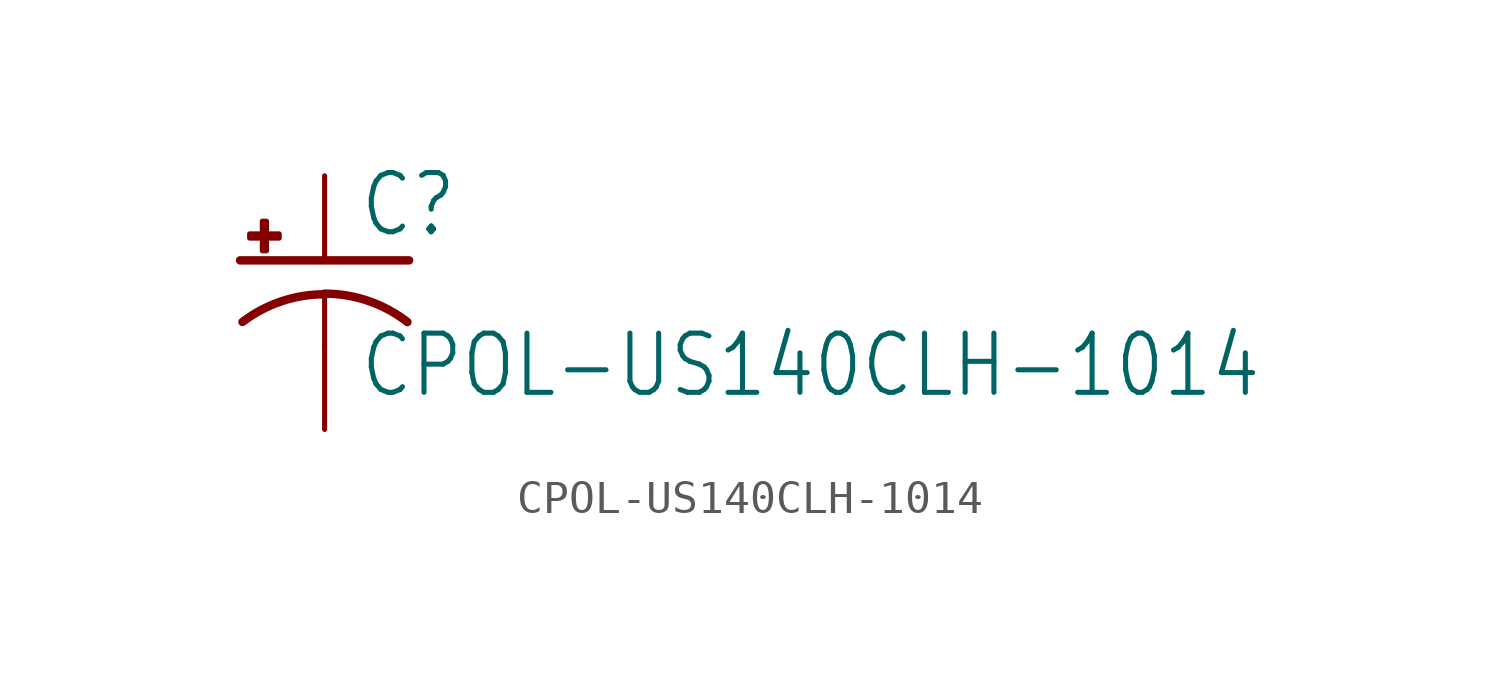
<source format=kicad_sym>
(kicad_symbol_lib
  (version 20211014)
  (generator kicad_symbol_editor)
  (symbol "CPOL-US140CLH-1014"
    (property "Reference" "C"
      (at 1.016 0.635 0)
      (effects (font (size 1.778 1.511)) (justify left bottom)))
    (property "Value" "CPOL-US140CLH-1014"
      (at 1.016 -4.191 0)
      (effects (font (size 1.778 1.511)) (justify left bottom)))
    (property "ki_locked" ""
      (at 0 0 0)
      (effects (font (size 1.27 1.27))))
    (symbol "CPOL-US140CLH-1014_1_0"
      (rectangle (start -2.253 0.668) (end -1.364 0.795) (stroke (width 0) (type default) (color 0 0 0 0)) (fill (type outline)))
      (rectangle (start -1.872 0.287) (end -1.745 1.176) (stroke (width 0) (type default) (color 0 0 0 0)) (fill (type outline)))
      (arc (start 0 -1.0161) (mid -1.3021 -1.2302) (end -2.4669 -1.8504) (stroke (width 0.254) (type default) (color 0 0 0 0)) (fill (type none)))
      (polyline (pts (xy -2.54 0) (xy 2.54 0)) (stroke (width 0.254) (type default) (color 0 0 0 0)) (fill (type none)))
      (polyline (pts (xy 0 -1.016) (xy 0 -2.54)) (stroke (width 0.152) (type default) (color 0 0 0 0)) (fill (type none)))
      (arc (start 2.4892 -1.8542) (mid 1.3158 -1.2195) (end 0 -1) (stroke (width 0.254) (type default) (color 0 0 0 0)) (fill (type none)))
      (pin passive line (at 0 2.54 270) (length 2.54) (name "+" (effects (font (size 0 0)))) (number "+" (effects (font (size 0 0)))))
      (pin passive line (at 0 -5.08 90) (length 2.54) (name "-" (effects (font (size 0 0)))) (number "-" (effects (font (size 0 0))))))))
</source>
